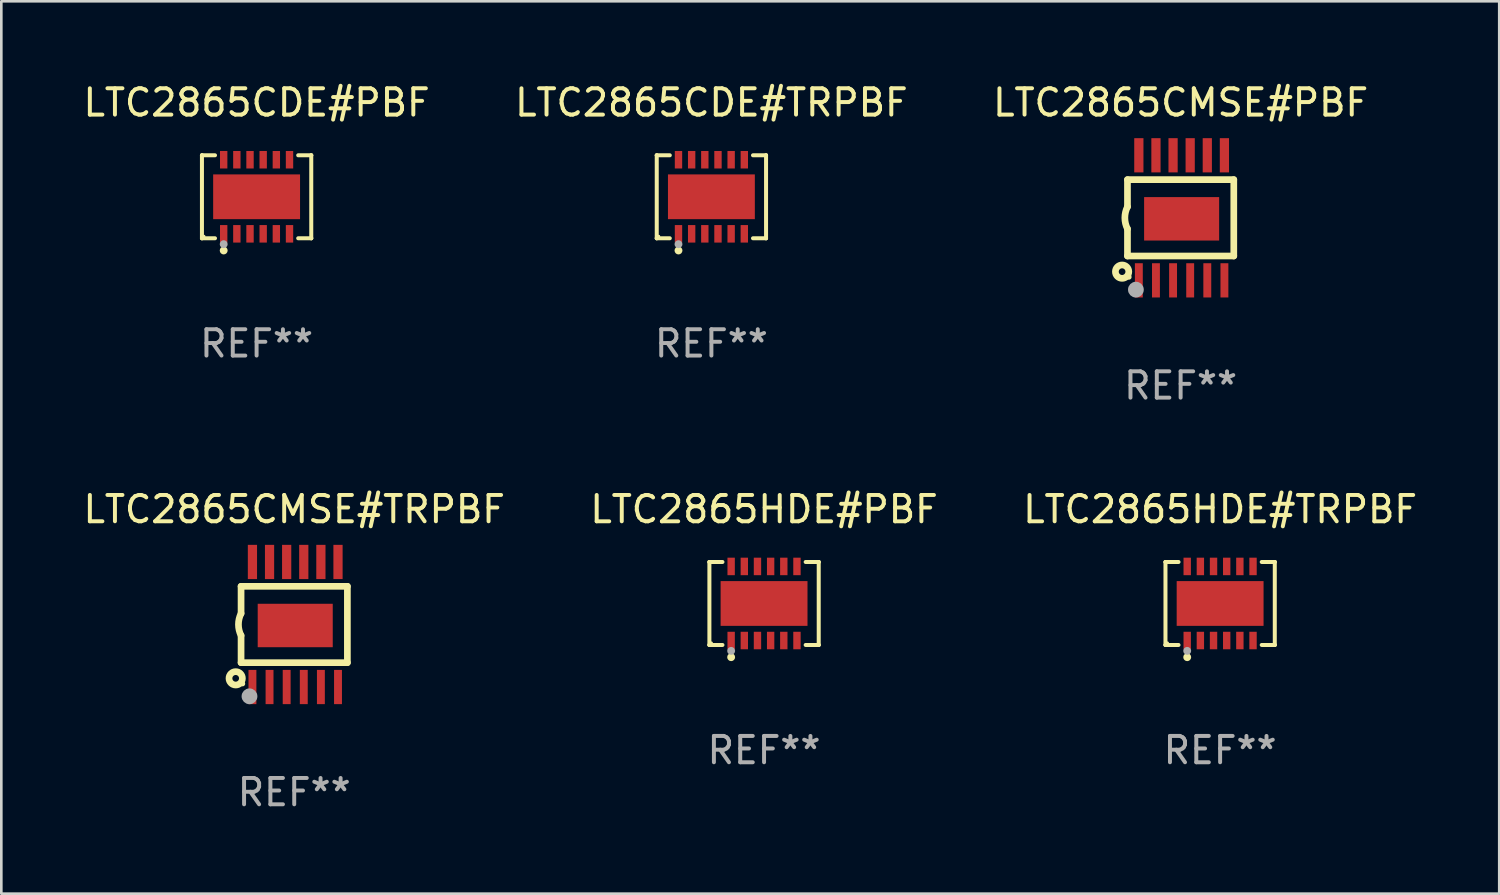
<source format=kicad_pcb>
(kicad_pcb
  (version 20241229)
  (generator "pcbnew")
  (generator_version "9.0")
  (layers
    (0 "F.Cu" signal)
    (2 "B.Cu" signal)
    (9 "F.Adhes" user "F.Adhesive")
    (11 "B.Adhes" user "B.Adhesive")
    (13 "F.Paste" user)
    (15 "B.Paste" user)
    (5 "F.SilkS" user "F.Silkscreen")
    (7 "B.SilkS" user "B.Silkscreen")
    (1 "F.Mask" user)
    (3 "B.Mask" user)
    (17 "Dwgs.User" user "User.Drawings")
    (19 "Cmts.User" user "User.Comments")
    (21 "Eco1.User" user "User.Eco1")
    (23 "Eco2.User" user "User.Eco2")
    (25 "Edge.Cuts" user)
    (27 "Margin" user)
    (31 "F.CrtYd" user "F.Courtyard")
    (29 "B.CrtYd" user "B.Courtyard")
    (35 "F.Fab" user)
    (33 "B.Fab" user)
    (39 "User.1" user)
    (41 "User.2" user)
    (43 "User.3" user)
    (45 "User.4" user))
  (footprint "LTC2865CDE#PBF"
    (layer "F.Cu")
    (at 6.696 4.424)
    (property "Reference" "LTC2865CDE#PBF" (at 0 -3.576 0) (layer "F.SilkS") (effects (font (size 1 1) (thickness 0.15))))
    (attr through_hole)
    (fp_line (start -2.076 -1.576) (end -2.076 -1.576) (stroke (width 0.152) (type solid)) (layer "F.SilkS"))
    (fp_line (start -2.076 -1.576) (end -1.58 -1.576) (stroke (width 0.152) (type solid)) (layer "F.SilkS"))
    (fp_line (start -2.076 1.576) (end -2.076 -1.576) (stroke (width 0.152) (type solid)) (layer "F.SilkS"))
    (fp_line (start -2.076 1.576) (end -2.076 1.576) (stroke (width 0.152) (type solid)) (layer "F.SilkS"))
    (fp_line (start -1.58 1.576) (end -2.076 1.576) (stroke (width 0.152) (type solid)) (layer "F.SilkS"))
    (fp_line (start 1.58 1.576) (end 2.076 1.576) (stroke (width 0.152) (type solid)) (layer "F.SilkS"))
    (fp_line (start 2.076 -1.576) (end 1.58 -1.576) (stroke (width 0.152) (type solid)) (layer "F.SilkS"))
    (fp_line (start 2.076 -1.576) (end 2.076 -1.576) (stroke (width 0.152) (type solid)) (layer "F.SilkS"))
    (fp_line (start 2.076 1.576) (end 2.076 -1.576) (stroke (width 0.152) (type solid)) (layer "F.SilkS"))
    (fp_line (start 2.076 1.576) (end 2.076 1.576) (stroke (width 0.152) (type solid)) (layer "F.SilkS"))
    (fp_circle (center -2 1.5) (end -1.97 1.5) (stroke (width 0.06) (type solid)) (fill no) (layer "F.SilkS"))
    (fp_circle (center -1.25 2.04) (end -1.175 2.04) (stroke (width 0.15) (type solid)) (fill no) (layer "F.SilkS"))
    (fp_circle (center -1.25 1.8) (end -1.175 1.8) (stroke (width 0.15) (type solid)) (fill no) (layer "F.Fab"))
    (fp_text user "REF**" (at 0 5.576 0) (layer "F.Fab") (effects (font (size 1 1) (thickness 0.15))))
    (pad "1" smd rect (at -1.25 1.407) (size 0.28 0.665) (layers "F.Cu" "F.Mask" "F.Paste"))
    (pad "2" smd rect (at -0.75 1.407) (size 0.28 0.665) (layers "F.Cu" "F.Mask" "F.Paste"))
    (pad "3" smd rect (at -0.25 1.407) (size 0.28 0.665) (layers "F.Cu" "F.Mask" "F.Paste"))
    (pad "4" smd rect (at 0.25 1.407) (size 0.28 0.665) (layers "F.Cu" "F.Mask" "F.Paste"))
    (pad "5" smd rect (at 0.75 1.407) (size 0.28 0.665) (layers "F.Cu" "F.Mask" "F.Paste"))
    (pad "6" smd rect (at 1.25 1.407) (size 0.28 0.665) (layers "F.Cu" "F.Mask" "F.Paste"))
    (pad "7" smd rect (at 1.25 -1.407) (size 0.28 0.665) (layers "F.Cu" "F.Mask" "F.Paste"))
    (pad "8" smd rect (at 0.75 -1.407) (size 0.28 0.665) (layers "F.Cu" "F.Mask" "F.Paste"))
    (pad "9" smd rect (at 0.25 -1.407) (size 0.28 0.665) (layers "F.Cu" "F.Mask" "F.Paste"))
    (pad "10" smd rect (at -0.25 -1.407) (size 0.28 0.665) (layers "F.Cu" "F.Mask" "F.Paste"))
    (pad "11" smd rect (at -0.75 -1.407) (size 0.28 0.665) (layers "F.Cu" "F.Mask" "F.Paste"))
    (pad "12" smd rect (at -1.25 -1.407) (size 0.28 0.665) (layers "F.Cu" "F.Mask" "F.Paste"))
    (pad "13" smd rect (at 0 0) (size 3.3 1.7) (layers "F.Cu" "F.Mask" "F.Paste")))
  (footprint "LTC2865HDE#TRPBF"
    (layer "F.Cu")
    (at 43.292 19.871)
    (property "Reference" "LTC2865HDE#TRPBF" (at 0 -3.576 0) (layer "F.SilkS") (effects (font (size 1 1) (thickness 0.15))))
    (attr through_hole)
    (fp_line (start -2.076 -1.576) (end -2.076 -1.576) (stroke (width 0.152) (type solid)) (layer "F.SilkS"))
    (fp_line (start -2.076 -1.576) (end -1.58 -1.576) (stroke (width 0.152) (type solid)) (layer "F.SilkS"))
    (fp_line (start -2.076 1.576) (end -2.076 -1.576) (stroke (width 0.152) (type solid)) (layer "F.SilkS"))
    (fp_line (start -2.076 1.576) (end -2.076 1.576) (stroke (width 0.152) (type solid)) (layer "F.SilkS"))
    (fp_line (start -1.58 1.576) (end -2.076 1.576) (stroke (width 0.152) (type solid)) (layer "F.SilkS"))
    (fp_line (start 1.58 1.576) (end 2.076 1.576) (stroke (width 0.152) (type solid)) (layer "F.SilkS"))
    (fp_line (start 2.076 -1.576) (end 1.58 -1.576) (stroke (width 0.152) (type solid)) (layer "F.SilkS"))
    (fp_line (start 2.076 -1.576) (end 2.076 -1.576) (stroke (width 0.152) (type solid)) (layer "F.SilkS"))
    (fp_line (start 2.076 1.576) (end 2.076 -1.576) (stroke (width 0.152) (type solid)) (layer "F.SilkS"))
    (fp_line (start 2.076 1.576) (end 2.076 1.576) (stroke (width 0.152) (type solid)) (layer "F.SilkS"))
    (fp_circle (center -2 1.5) (end -1.97 1.5) (stroke (width 0.06) (type solid)) (fill no) (layer "F.SilkS"))
    (fp_circle (center -1.25 2.04) (end -1.175 2.04) (stroke (width 0.15) (type solid)) (fill no) (layer "F.SilkS"))
    (fp_circle (center -1.25 1.8) (end -1.175 1.8) (stroke (width 0.15) (type solid)) (fill no) (layer "F.Fab"))
    (fp_text user "REF**" (at 0 5.576 0) (layer "F.Fab") (effects (font (size 1 1) (thickness 0.15))))
    (pad "1" smd rect (at -1.25 1.407) (size 0.28 0.665) (layers "F.Cu" "F.Mask" "F.Paste"))
    (pad "2" smd rect (at -0.75 1.407) (size 0.28 0.665) (layers "F.Cu" "F.Mask" "F.Paste"))
    (pad "3" smd rect (at -0.25 1.407) (size 0.28 0.665) (layers "F.Cu" "F.Mask" "F.Paste"))
    (pad "4" smd rect (at 0.25 1.407) (size 0.28 0.665) (layers "F.Cu" "F.Mask" "F.Paste"))
    (pad "5" smd rect (at 0.75 1.407) (size 0.28 0.665) (layers "F.Cu" "F.Mask" "F.Paste"))
    (pad "6" smd rect (at 1.25 1.407) (size 0.28 0.665) (layers "F.Cu" "F.Mask" "F.Paste"))
    (pad "7" smd rect (at 1.25 -1.407) (size 0.28 0.665) (layers "F.Cu" "F.Mask" "F.Paste"))
    (pad "8" smd rect (at 0.75 -1.407) (size 0.28 0.665) (layers "F.Cu" "F.Mask" "F.Paste"))
    (pad "9" smd rect (at 0.25 -1.407) (size 0.28 0.665) (layers "F.Cu" "F.Mask" "F.Paste"))
    (pad "10" smd rect (at -0.25 -1.407) (size 0.28 0.665) (layers "F.Cu" "F.Mask" "F.Paste"))
    (pad "11" smd rect (at -0.75 -1.407) (size 0.28 0.665) (layers "F.Cu" "F.Mask" "F.Paste"))
    (pad "12" smd rect (at -1.25 -1.407) (size 0.28 0.665) (layers "F.Cu" "F.Mask" "F.Paste"))
    (pad "13" smd rect (at 0 0) (size 3.3 1.7) (layers "F.Cu" "F.Mask" "F.Paste")))
  (footprint "LTC2865CMSE#PBF"
    (layer "F.Cu")
    (at 41.792 5.223)
    (property "Reference" "LTC2865CMSE#PBF" (at 0 -4.375 0) (layer "F.SilkS") (effects (font (size 1 1) (thickness 0.15))))
    (attr through_hole)
    (fp_line (start -2.019 -1.45) (end -2.019 -0.419) (stroke (width 0.254) (type solid)) (layer "F.SilkS"))
    (fp_line (start -2.019 1.45) (end -2.019 0.419) (stroke (width 0.254) (type solid)) (layer "F.SilkS"))
    (fp_line (start -2.019 1.45) (end 2.019 1.45) (stroke (width 0.254) (type solid)) (layer "F.SilkS"))
    (fp_line (start 2.019 -1.45) (end -2.019 -1.45) (stroke (width 0.254) (type solid)) (layer "F.SilkS"))
    (fp_line (start 2.019 -1.45) (end 2.019 1.45) (stroke (width 0.254) (type solid)) (layer "F.SilkS"))
    (fp_arc (start -2.019304 0.419101) (mid -2.11824 0) (end -2.019304 -0.419101) (stroke (width 0.254001) (type solid)) (layer "F.SilkS"))
    (fp_circle (center -2.223 2.045) (end -1.969 2.045) (stroke (width 0.254) (type solid)) (fill no) (layer "F.SilkS"))
    (fp_circle (center -1.962 2.25) (end -1.912 2.25) (stroke (width 0.1) (type solid)) (fill no) (layer "F.SilkS"))
    (fp_circle (center -1.699 2.728) (end -1.549 2.728) (stroke (width 0.3) (type solid)) (fill no) (layer "F.Fab"))
    (fp_text user "REF**" (at 0 6.375 0) (layer "F.Fab") (effects (font (size 1 1) (thickness 0.15))))
    (pad "1" smd rect (at -1.587 2.375) (size 0.3 1.3) (layers "F.Cu" "F.Mask" "F.Paste"))
    (pad "2" smd rect (at -0.937 2.375) (size 0.3 1.3) (layers "F.Cu" "F.Mask" "F.Paste"))
    (pad "3" smd rect (at -0.287 2.375) (size 0.3 1.3) (layers "F.Cu" "F.Mask" "F.Paste"))
    (pad "4" smd rect (at 0.363 2.375) (size 0.3 1.3) (layers "F.Cu" "F.Mask" "F.Paste"))
    (pad "5" smd rect (at 1.013 2.375) (size 0.3 1.3) (layers "F.Cu" "F.Mask" "F.Paste"))
    (pad "6" smd rect (at 1.663 2.375) (size 0.3 1.3) (layers "F.Cu" "F.Mask" "F.Paste"))
    (pad "7" smd rect (at 1.663 -2.375) (size 0.35 1.3) (layers "F.Cu" "F.Mask" "F.Paste"))
    (pad "8" smd rect (at 1.013 -2.375) (size 0.35 1.3) (layers "F.Cu" "F.Mask" "F.Paste"))
    (pad "9" smd rect (at 0.363 -2.375) (size 0.35 1.3) (layers "F.Cu" "F.Mask" "F.Paste"))
    (pad "10" smd rect (at -0.287 -2.375) (size 0.35 1.3) (layers "F.Cu" "F.Mask" "F.Paste"))
    (pad "11" smd rect (at -0.937 -2.375) (size 0.35 1.3) (layers "F.Cu" "F.Mask" "F.Paste"))
    (pad "12" smd rect (at -1.587 -2.375) (size 0.35 1.3) (layers "F.Cu" "F.Mask" "F.Paste"))
    (pad "13" smd rect (at 0.038 0.038) (size 2.85 1.65) (layers "F.Cu" "F.Mask" "F.Paste")))
  (footprint "LTC2865HDE#PBF"
    (layer "F.Cu")
    (at 25.97 19.871)
    (property "Reference" "LTC2865HDE#PBF" (at 0 -3.576 0) (layer "F.SilkS") (effects (font (size 1 1) (thickness 0.15))))
    (attr through_hole)
    (fp_line (start -2.076 -1.576) (end -2.076 -1.576) (stroke (width 0.152) (type solid)) (layer "F.SilkS"))
    (fp_line (start -2.076 -1.576) (end -1.58 -1.576) (stroke (width 0.152) (type solid)) (layer "F.SilkS"))
    (fp_line (start -2.076 1.576) (end -2.076 -1.576) (stroke (width 0.152) (type solid)) (layer "F.SilkS"))
    (fp_line (start -2.076 1.576) (end -2.076 1.576) (stroke (width 0.152) (type solid)) (layer "F.SilkS"))
    (fp_line (start -1.58 1.576) (end -2.076 1.576) (stroke (width 0.152) (type solid)) (layer "F.SilkS"))
    (fp_line (start 1.58 1.576) (end 2.076 1.576) (stroke (width 0.152) (type solid)) (layer "F.SilkS"))
    (fp_line (start 2.076 -1.576) (end 1.58 -1.576) (stroke (width 0.152) (type solid)) (layer "F.SilkS"))
    (fp_line (start 2.076 -1.576) (end 2.076 -1.576) (stroke (width 0.152) (type solid)) (layer "F.SilkS"))
    (fp_line (start 2.076 1.576) (end 2.076 -1.576) (stroke (width 0.152) (type solid)) (layer "F.SilkS"))
    (fp_line (start 2.076 1.576) (end 2.076 1.576) (stroke (width 0.152) (type solid)) (layer "F.SilkS"))
    (fp_circle (center -2 1.5) (end -1.97 1.5) (stroke (width 0.06) (type solid)) (fill no) (layer "F.SilkS"))
    (fp_circle (center -1.25 2.04) (end -1.175 2.04) (stroke (width 0.15) (type solid)) (fill no) (layer "F.SilkS"))
    (fp_circle (center -1.25 1.8) (end -1.175 1.8) (stroke (width 0.15) (type solid)) (fill no) (layer "F.Fab"))
    (fp_text user "REF**" (at 0 5.576 0) (layer "F.Fab") (effects (font (size 1 1) (thickness 0.15))))
    (pad "1" smd rect (at -1.25 1.407) (size 0.28 0.665) (layers "F.Cu" "F.Mask" "F.Paste"))
    (pad "2" smd rect (at -0.75 1.407) (size 0.28 0.665) (layers "F.Cu" "F.Mask" "F.Paste"))
    (pad "3" smd rect (at -0.25 1.407) (size 0.28 0.665) (layers "F.Cu" "F.Mask" "F.Paste"))
    (pad "4" smd rect (at 0.25 1.407) (size 0.28 0.665) (layers "F.Cu" "F.Mask" "F.Paste"))
    (pad "5" smd rect (at 0.75 1.407) (size 0.28 0.665) (layers "F.Cu" "F.Mask" "F.Paste"))
    (pad "6" smd rect (at 1.25 1.407) (size 0.28 0.665) (layers "F.Cu" "F.Mask" "F.Paste"))
    (pad "7" smd rect (at 1.25 -1.407) (size 0.28 0.665) (layers "F.Cu" "F.Mask" "F.Paste"))
    (pad "8" smd rect (at 0.75 -1.407) (size 0.28 0.665) (layers "F.Cu" "F.Mask" "F.Paste"))
    (pad "9" smd rect (at 0.25 -1.407) (size 0.28 0.665) (layers "F.Cu" "F.Mask" "F.Paste"))
    (pad "10" smd rect (at -0.25 -1.407) (size 0.28 0.665) (layers "F.Cu" "F.Mask" "F.Paste"))
    (pad "11" smd rect (at -0.75 -1.407) (size 0.28 0.665) (layers "F.Cu" "F.Mask" "F.Paste"))
    (pad "12" smd rect (at -1.25 -1.407) (size 0.28 0.665) (layers "F.Cu" "F.Mask" "F.Paste"))
    (pad "13" smd rect (at 0 0) (size 3.3 1.7) (layers "F.Cu" "F.Mask" "F.Paste")))
  (footprint "LTC2865CDE#TRPBF"
    (layer "F.Cu")
    (at 23.97 4.424)
    (property "Reference" "LTC2865CDE#TRPBF" (at 0 -3.576 0) (layer "F.SilkS") (effects (font (size 1 1) (thickness 0.15))))
    (attr through_hole)
    (fp_line (start -2.076 -1.576) (end -2.076 -1.576) (stroke (width 0.152) (type solid)) (layer "F.SilkS"))
    (fp_line (start -2.076 -1.576) (end -1.58 -1.576) (stroke (width 0.152) (type solid)) (layer "F.SilkS"))
    (fp_line (start -2.076 1.576) (end -2.076 -1.576) (stroke (width 0.152) (type solid)) (layer "F.SilkS"))
    (fp_line (start -2.076 1.576) (end -2.076 1.576) (stroke (width 0.152) (type solid)) (layer "F.SilkS"))
    (fp_line (start -1.58 1.576) (end -2.076 1.576) (stroke (width 0.152) (type solid)) (layer "F.SilkS"))
    (fp_line (start 1.58 1.576) (end 2.076 1.576) (stroke (width 0.152) (type solid)) (layer "F.SilkS"))
    (fp_line (start 2.076 -1.576) (end 1.58 -1.576) (stroke (width 0.152) (type solid)) (layer "F.SilkS"))
    (fp_line (start 2.076 -1.576) (end 2.076 -1.576) (stroke (width 0.152) (type solid)) (layer "F.SilkS"))
    (fp_line (start 2.076 1.576) (end 2.076 -1.576) (stroke (width 0.152) (type solid)) (layer "F.SilkS"))
    (fp_line (start 2.076 1.576) (end 2.076 1.576) (stroke (width 0.152) (type solid)) (layer "F.SilkS"))
    (fp_circle (center -2 1.5) (end -1.97 1.5) (stroke (width 0.06) (type solid)) (fill no) (layer "F.SilkS"))
    (fp_circle (center -1.25 2.04) (end -1.175 2.04) (stroke (width 0.15) (type solid)) (fill no) (layer "F.SilkS"))
    (fp_circle (center -1.25 1.8) (end -1.175 1.8) (stroke (width 0.15) (type solid)) (fill no) (layer "F.Fab"))
    (fp_text user "REF**" (at 0 5.576 0) (layer "F.Fab") (effects (font (size 1 1) (thickness 0.15))))
    (pad "1" smd rect (at -1.25 1.407) (size 0.28 0.665) (layers "F.Cu" "F.Mask" "F.Paste"))
    (pad "2" smd rect (at -0.75 1.407) (size 0.28 0.665) (layers "F.Cu" "F.Mask" "F.Paste"))
    (pad "3" smd rect (at -0.25 1.407) (size 0.28 0.665) (layers "F.Cu" "F.Mask" "F.Paste"))
    (pad "4" smd rect (at 0.25 1.407) (size 0.28 0.665) (layers "F.Cu" "F.Mask" "F.Paste"))
    (pad "5" smd rect (at 0.75 1.407) (size 0.28 0.665) (layers "F.Cu" "F.Mask" "F.Paste"))
    (pad "6" smd rect (at 1.25 1.407) (size 0.28 0.665) (layers "F.Cu" "F.Mask" "F.Paste"))
    (pad "7" smd rect (at 1.25 -1.407) (size 0.28 0.665) (layers "F.Cu" "F.Mask" "F.Paste"))
    (pad "8" smd rect (at 0.75 -1.407) (size 0.28 0.665) (layers "F.Cu" "F.Mask" "F.Paste"))
    (pad "9" smd rect (at 0.25 -1.407) (size 0.28 0.665) (layers "F.Cu" "F.Mask" "F.Paste"))
    (pad "10" smd rect (at -0.25 -1.407) (size 0.28 0.665) (layers "F.Cu" "F.Mask" "F.Paste"))
    (pad "11" smd rect (at -0.75 -1.407) (size 0.28 0.665) (layers "F.Cu" "F.Mask" "F.Paste"))
    (pad "12" smd rect (at -1.25 -1.407) (size 0.28 0.665) (layers "F.Cu" "F.Mask" "F.Paste"))
    (pad "13" smd rect (at 0 0) (size 3.3 1.7) (layers "F.Cu" "F.Mask" "F.Paste")))
  (footprint "LTC2865CMSE#TRPBF"
    (layer "F.Cu")
    (at 8.125 20.669)
    (property "Reference" "LTC2865CMSE#TRPBF" (at 0 -4.375 0) (layer "F.SilkS") (effects (font (size 1 1) (thickness 0.15))))
    (attr through_hole)
    (fp_line (start -2.019 -1.45) (end -2.019 -0.419) (stroke (width 0.254) (type solid)) (layer "F.SilkS"))
    (fp_line (start -2.019 1.45) (end -2.019 0.419) (stroke (width 0.254) (type solid)) (layer "F.SilkS"))
    (fp_line (start -2.019 1.45) (end 2.019 1.45) (stroke (width 0.254) (type solid)) (layer "F.SilkS"))
    (fp_line (start 2.019 -1.45) (end -2.019 -1.45) (stroke (width 0.254) (type solid)) (layer "F.SilkS"))
    (fp_line (start 2.019 -1.45) (end 2.019 1.45) (stroke (width 0.254) (type solid)) (layer "F.SilkS"))
    (fp_arc (start -2.019304 0.419101) (mid -2.11824 0) (end -2.019304 -0.419101) (stroke (width 0.254001) (type solid)) (layer "F.SilkS"))
    (fp_circle (center -2.223 2.045) (end -1.969 2.045) (stroke (width 0.254) (type solid)) (fill no) (layer "F.SilkS"))
    (fp_circle (center -1.962 2.25) (end -1.912 2.25) (stroke (width 0.1) (type solid)) (fill no) (layer "F.SilkS"))
    (fp_circle (center -1.699 2.728) (end -1.549 2.728) (stroke (width 0.3) (type solid)) (fill no) (layer "F.Fab"))
    (fp_text user "REF**" (at 0 6.375 0) (layer "F.Fab") (effects (font (size 1 1) (thickness 0.15))))
    (pad "1" smd rect (at -1.587 2.375) (size 0.3 1.3) (layers "F.Cu" "F.Mask" "F.Paste"))
    (pad "2" smd rect (at -0.937 2.375) (size 0.3 1.3) (layers "F.Cu" "F.Mask" "F.Paste"))
    (pad "3" smd rect (at -0.287 2.375) (size 0.3 1.3) (layers "F.Cu" "F.Mask" "F.Paste"))
    (pad "4" smd rect (at 0.363 2.375) (size 0.3 1.3) (layers "F.Cu" "F.Mask" "F.Paste"))
    (pad "5" smd rect (at 1.013 2.375) (size 0.3 1.3) (layers "F.Cu" "F.Mask" "F.Paste"))
    (pad "6" smd rect (at 1.663 2.375) (size 0.3 1.3) (layers "F.Cu" "F.Mask" "F.Paste"))
    (pad "7" smd rect (at 1.663 -2.375) (size 0.35 1.3) (layers "F.Cu" "F.Mask" "F.Paste"))
    (pad "8" smd rect (at 1.013 -2.375) (size 0.35 1.3) (layers "F.Cu" "F.Mask" "F.Paste"))
    (pad "9" smd rect (at 0.363 -2.375) (size 0.35 1.3) (layers "F.Cu" "F.Mask" "F.Paste"))
    (pad "10" smd rect (at -0.287 -2.375) (size 0.35 1.3) (layers "F.Cu" "F.Mask" "F.Paste"))
    (pad "11" smd rect (at -0.937 -2.375) (size 0.35 1.3) (layers "F.Cu" "F.Mask" "F.Paste"))
    (pad "12" smd rect (at -1.587 -2.375) (size 0.35 1.3) (layers "F.Cu" "F.Mask" "F.Paste"))
    (pad "13" smd rect (at 0.038 0.038) (size 2.85 1.65) (layers "F.Cu" "F.Mask" "F.Paste")))
  (gr_rect
    (start -3 -3)
    (end 53.893 30.893)
    (stroke (width 0.1) (type default))
    (fill no)
    (layer "Edge.Cuts")))
</source>
